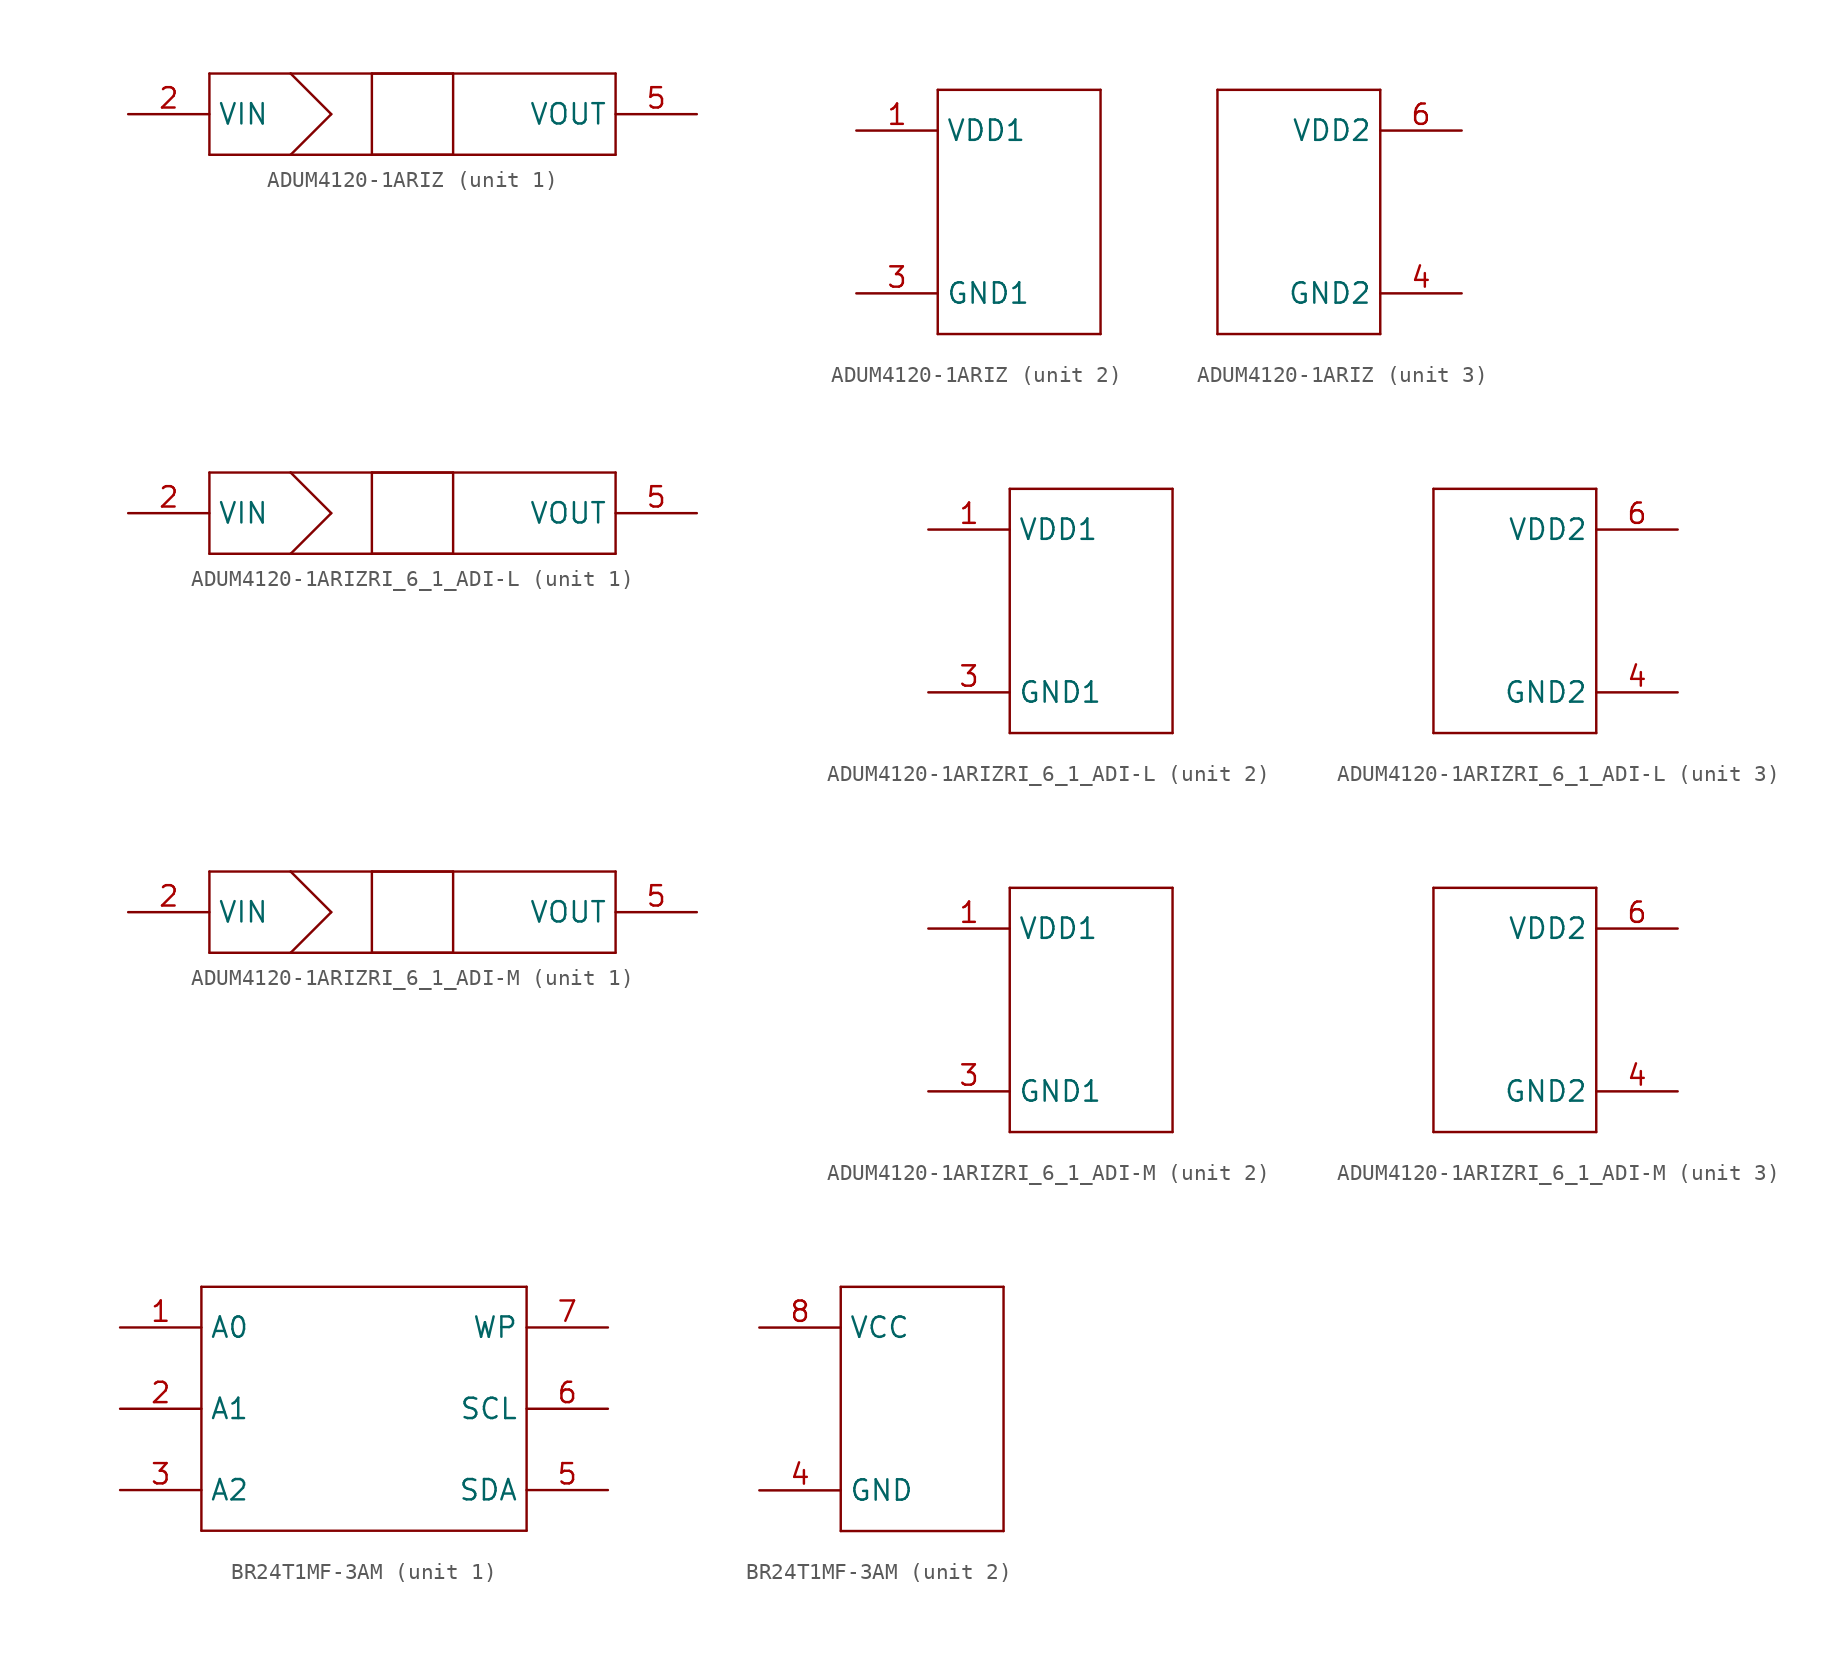
<source format=kicad_sym>
(kicad_symbol_lib
  (version 20220914)
  (generator kicad_symbol_editor)
  (symbol "ADUM4120-1ARIZ"
    (property "Reference" "U"
      (at -4.724 9.119 0)
      (effects (font (size 2.083 1.77)) (justify left bottom) hide))
    (property "ki_locked" ""
      (at 0 0 0)
      (effects (font (size 1.27 1.27))))
    (symbol "ADUM4120-1ARIZ_1_0"
      (polyline (pts (xy -12.7 -2.54) (xy -12.7 2.54)) (stroke (width 0.152) (type solid)) (fill (type none)))
      (polyline (pts (xy -12.7 2.54) (xy -7.62 2.54)) (stroke (width 0.152) (type solid)) (fill (type none)))
      (polyline (pts (xy -7.62 -2.54) (xy -12.7 -2.54)) (stroke (width 0.152) (type solid)) (fill (type none)))
      (polyline (pts (xy -7.62 2.54) (xy -5.08 0)) (stroke (width 0.152) (type solid)) (fill (type none)))
      (polyline (pts (xy -7.62 2.54) (xy 12.7 2.54)) (stroke (width 0.152) (type solid)) (fill (type none)))
      (polyline (pts (xy -5.08 0) (xy -7.62 -2.54)) (stroke (width 0.152) (type solid)) (fill (type none)))
      (polyline (pts (xy -2.54 -2.54) (xy -2.54 2.54)) (stroke (width 0.152) (type solid)) (fill (type none)))
      (polyline (pts (xy 2.54 -2.54) (xy -2.54 -2.54)) (stroke (width 0.152) (type solid)) (fill (type none)))
      (polyline (pts (xy 2.54 2.54) (xy -2.54 2.54)) (stroke (width 0.152) (type solid)) (fill (type none)))
      (polyline (pts (xy 2.54 2.54) (xy 2.54 -2.54)) (stroke (width 0.152) (type solid)) (fill (type none)))
      (polyline (pts (xy 12.7 -2.54) (xy -7.62 -2.54)) (stroke (width 0.152) (type solid)) (fill (type none)))
      (polyline (pts (xy 12.7 2.54) (xy 12.7 -2.54)) (stroke (width 0.152) (type solid)) (fill (type none)))
      (pin input line (at -17.78 0 0) (length 5.08) (name "VIN" (effects (font (size 1.27 1.27)))) (number "2" (effects (font (size 1.27 1.27)))))
      (pin output line (at 17.78 0 180) (length 5.08) (name "VOUT" (effects (font (size 1.27 1.27)))) (number "5" (effects (font (size 1.27 1.27))))))
    (symbol "ADUM4120-1ARIZ_2_0"
      (polyline (pts (xy -5.08 -7.62) (xy 5.08 -7.62)) (stroke (width 0.152) (type solid)) (fill (type none)))
      (polyline (pts (xy -5.08 7.62) (xy -5.08 -7.62)) (stroke (width 0.152) (type solid)) (fill (type none)))
      (polyline (pts (xy 5.08 -7.62) (xy 5.08 7.62)) (stroke (width 0.152) (type solid)) (fill (type none)))
      (polyline (pts (xy 5.08 7.62) (xy -5.08 7.62)) (stroke (width 0.152) (type solid)) (fill (type none)))
      (pin passive line (at -10.16 5.08 0) (length 5.08) (name "VDD1" (effects (font (size 1.27 1.27)))) (number "1" (effects (font (size 1.27 1.27)))))
      (pin passive line (at -10.16 -5.08 0) (length 5.08) (name "GND1" (effects (font (size 1.27 1.27)))) (number "3" (effects (font (size 1.27 1.27))))))
    (symbol "ADUM4120-1ARIZ_3_0"
      (polyline (pts (xy -5.08 -7.62) (xy -5.08 7.62)) (stroke (width 0.152) (type solid)) (fill (type none)))
      (polyline (pts (xy -5.08 7.62) (xy 5.08 7.62)) (stroke (width 0.152) (type solid)) (fill (type none)))
      (polyline (pts (xy 5.08 -7.62) (xy -5.08 -7.62)) (stroke (width 0.152) (type solid)) (fill (type none)))
      (polyline (pts (xy 5.08 7.62) (xy 5.08 -7.62)) (stroke (width 0.152) (type solid)) (fill (type none)))
      (pin passive line (at 10.16 -5.08 180) (length 5.08) (name "GND2" (effects (font (size 1.27 1.27)))) (number "4" (effects (font (size 1.27 1.27)))))
      (pin passive line (at 10.16 5.08 180) (length 5.08) (name "VDD2" (effects (font (size 1.27 1.27)))) (number "6" (effects (font (size 1.27 1.27)))))))
  (symbol "ADUM4120-1ARIZRI_6_1_ADI-L"
    (property "Reference" "U"
      (at -4.724 9.119 0)
      (effects (font (size 2.083 1.77)) (justify left bottom) hide))
    (property "ki_locked" ""
      (at 0 0 0)
      (effects (font (size 1.27 1.27))))
    (symbol "ADUM4120-1ARIZRI_6_1_ADI-L_1_0"
      (polyline (pts (xy -12.7 -2.54) (xy -12.7 2.54)) (stroke (width 0.152) (type solid)) (fill (type none)))
      (polyline (pts (xy -12.7 2.54) (xy -7.62 2.54)) (stroke (width 0.152) (type solid)) (fill (type none)))
      (polyline (pts (xy -7.62 -2.54) (xy -12.7 -2.54)) (stroke (width 0.152) (type solid)) (fill (type none)))
      (polyline (pts (xy -7.62 2.54) (xy -5.08 0)) (stroke (width 0.152) (type solid)) (fill (type none)))
      (polyline (pts (xy -7.62 2.54) (xy 12.7 2.54)) (stroke (width 0.152) (type solid)) (fill (type none)))
      (polyline (pts (xy -5.08 0) (xy -7.62 -2.54)) (stroke (width 0.152) (type solid)) (fill (type none)))
      (polyline (pts (xy -2.54 -2.54) (xy -2.54 2.54)) (stroke (width 0.152) (type solid)) (fill (type none)))
      (polyline (pts (xy 2.54 -2.54) (xy -2.54 -2.54)) (stroke (width 0.152) (type solid)) (fill (type none)))
      (polyline (pts (xy 2.54 2.54) (xy -2.54 2.54)) (stroke (width 0.152) (type solid)) (fill (type none)))
      (polyline (pts (xy 2.54 2.54) (xy 2.54 -2.54)) (stroke (width 0.152) (type solid)) (fill (type none)))
      (polyline (pts (xy 12.7 -2.54) (xy -7.62 -2.54)) (stroke (width 0.152) (type solid)) (fill (type none)))
      (polyline (pts (xy 12.7 2.54) (xy 12.7 -2.54)) (stroke (width 0.152) (type solid)) (fill (type none)))
      (pin input line (at -17.78 0 0) (length 5.08) (name "VIN" (effects (font (size 1.27 1.27)))) (number "2" (effects (font (size 1.27 1.27)))))
      (pin output line (at 17.78 0 180) (length 5.08) (name "VOUT" (effects (font (size 1.27 1.27)))) (number "5" (effects (font (size 1.27 1.27))))))
    (symbol "ADUM4120-1ARIZRI_6_1_ADI-L_2_0"
      (polyline (pts (xy -5.08 -7.62) (xy 5.08 -7.62)) (stroke (width 0.152) (type solid)) (fill (type none)))
      (polyline (pts (xy -5.08 7.62) (xy -5.08 -7.62)) (stroke (width 0.152) (type solid)) (fill (type none)))
      (polyline (pts (xy 5.08 -7.62) (xy 5.08 7.62)) (stroke (width 0.152) (type solid)) (fill (type none)))
      (polyline (pts (xy 5.08 7.62) (xy -5.08 7.62)) (stroke (width 0.152) (type solid)) (fill (type none)))
      (pin passive line (at -10.16 5.08 0) (length 5.08) (name "VDD1" (effects (font (size 1.27 1.27)))) (number "1" (effects (font (size 1.27 1.27)))))
      (pin passive line (at -10.16 -5.08 0) (length 5.08) (name "GND1" (effects (font (size 1.27 1.27)))) (number "3" (effects (font (size 1.27 1.27))))))
    (symbol "ADUM4120-1ARIZRI_6_1_ADI-L_3_0"
      (polyline (pts (xy -5.08 -7.62) (xy -5.08 7.62)) (stroke (width 0.152) (type solid)) (fill (type none)))
      (polyline (pts (xy -5.08 7.62) (xy 5.08 7.62)) (stroke (width 0.152) (type solid)) (fill (type none)))
      (polyline (pts (xy 5.08 -7.62) (xy -5.08 -7.62)) (stroke (width 0.152) (type solid)) (fill (type none)))
      (polyline (pts (xy 5.08 7.62) (xy 5.08 -7.62)) (stroke (width 0.152) (type solid)) (fill (type none)))
      (pin passive line (at 10.16 -5.08 180) (length 5.08) (name "GND2" (effects (font (size 1.27 1.27)))) (number "4" (effects (font (size 1.27 1.27)))))
      (pin passive line (at 10.16 5.08 180) (length 5.08) (name "VDD2" (effects (font (size 1.27 1.27)))) (number "6" (effects (font (size 1.27 1.27)))))))
  (symbol "ADUM4120-1ARIZRI_6_1_ADI-M"
    (property "Reference" "U"
      (at -4.724 9.119 0)
      (effects (font (size 2.083 1.77)) (justify left bottom) hide))
    (property "ki_locked" ""
      (at 0 0 0)
      (effects (font (size 1.27 1.27))))
    (symbol "ADUM4120-1ARIZRI_6_1_ADI-M_1_0"
      (polyline (pts (xy -12.7 -2.54) (xy -12.7 2.54)) (stroke (width 0.152) (type solid)) (fill (type none)))
      (polyline (pts (xy -12.7 2.54) (xy -7.62 2.54)) (stroke (width 0.152) (type solid)) (fill (type none)))
      (polyline (pts (xy -7.62 -2.54) (xy -12.7 -2.54)) (stroke (width 0.152) (type solid)) (fill (type none)))
      (polyline (pts (xy -7.62 2.54) (xy -5.08 0)) (stroke (width 0.152) (type solid)) (fill (type none)))
      (polyline (pts (xy -7.62 2.54) (xy 12.7 2.54)) (stroke (width 0.152) (type solid)) (fill (type none)))
      (polyline (pts (xy -5.08 0) (xy -7.62 -2.54)) (stroke (width 0.152) (type solid)) (fill (type none)))
      (polyline (pts (xy -2.54 -2.54) (xy -2.54 2.54)) (stroke (width 0.152) (type solid)) (fill (type none)))
      (polyline (pts (xy 2.54 -2.54) (xy -2.54 -2.54)) (stroke (width 0.152) (type solid)) (fill (type none)))
      (polyline (pts (xy 2.54 2.54) (xy -2.54 2.54)) (stroke (width 0.152) (type solid)) (fill (type none)))
      (polyline (pts (xy 2.54 2.54) (xy 2.54 -2.54)) (stroke (width 0.152) (type solid)) (fill (type none)))
      (polyline (pts (xy 12.7 -2.54) (xy -7.62 -2.54)) (stroke (width 0.152) (type solid)) (fill (type none)))
      (polyline (pts (xy 12.7 2.54) (xy 12.7 -2.54)) (stroke (width 0.152) (type solid)) (fill (type none)))
      (pin input line (at -17.78 0 0) (length 5.08) (name "VIN" (effects (font (size 1.27 1.27)))) (number "2" (effects (font (size 1.27 1.27)))))
      (pin output line (at 17.78 0 180) (length 5.08) (name "VOUT" (effects (font (size 1.27 1.27)))) (number "5" (effects (font (size 1.27 1.27))))))
    (symbol "ADUM4120-1ARIZRI_6_1_ADI-M_2_0"
      (polyline (pts (xy -5.08 -7.62) (xy 5.08 -7.62)) (stroke (width 0.152) (type solid)) (fill (type none)))
      (polyline (pts (xy -5.08 7.62) (xy -5.08 -7.62)) (stroke (width 0.152) (type solid)) (fill (type none)))
      (polyline (pts (xy 5.08 -7.62) (xy 5.08 7.62)) (stroke (width 0.152) (type solid)) (fill (type none)))
      (polyline (pts (xy 5.08 7.62) (xy -5.08 7.62)) (stroke (width 0.152) (type solid)) (fill (type none)))
      (pin passive line (at -10.16 5.08 0) (length 5.08) (name "VDD1" (effects (font (size 1.27 1.27)))) (number "1" (effects (font (size 1.27 1.27)))))
      (pin passive line (at -10.16 -5.08 0) (length 5.08) (name "GND1" (effects (font (size 1.27 1.27)))) (number "3" (effects (font (size 1.27 1.27))))))
    (symbol "ADUM4120-1ARIZRI_6_1_ADI-M_3_0"
      (polyline (pts (xy -5.08 -7.62) (xy -5.08 7.62)) (stroke (width 0.152) (type solid)) (fill (type none)))
      (polyline (pts (xy -5.08 7.62) (xy 5.08 7.62)) (stroke (width 0.152) (type solid)) (fill (type none)))
      (polyline (pts (xy 5.08 -7.62) (xy -5.08 -7.62)) (stroke (width 0.152) (type solid)) (fill (type none)))
      (polyline (pts (xy 5.08 7.62) (xy 5.08 -7.62)) (stroke (width 0.152) (type solid)) (fill (type none)))
      (pin passive line (at 10.16 -5.08 180) (length 5.08) (name "GND2" (effects (font (size 1.27 1.27)))) (number "4" (effects (font (size 1.27 1.27)))))
      (pin passive line (at 10.16 5.08 180) (length 5.08) (name "VDD2" (effects (font (size 1.27 1.27)))) (number "6" (effects (font (size 1.27 1.27)))))))
  (symbol "BR24T1MF-3AM"
    (property "Reference" ""
      (at -4.724 9.119 0)
      (effects (font (size 2.083 1.77)) (justify left bottom) hide))
    (property "ki_locked" ""
      (at 0 0 0)
      (effects (font (size 1.27 1.27))))
    (symbol "BR24T1MF-3AM_1_0"
      (polyline (pts (xy -10.16 -7.62) (xy -10.16 7.62)) (stroke (width 0.152) (type solid)) (fill (type none)))
      (polyline (pts (xy -10.16 7.62) (xy 10.16 7.62)) (stroke (width 0.152) (type solid)) (fill (type none)))
      (polyline (pts (xy 10.16 -7.62) (xy -10.16 -7.62)) (stroke (width 0.152) (type solid)) (fill (type none)))
      (polyline (pts (xy 10.16 7.62) (xy 10.16 -7.62)) (stroke (width 0.152) (type solid)) (fill (type none)))
      (pin input line (at -15.24 5.08 0) (length 5.08) (name "A0" (effects (font (size 1.27 1.27)))) (number "1" (effects (font (size 1.27 1.27)))))
      (pin input line (at -15.24 0 0) (length 5.08) (name "A1" (effects (font (size 1.27 1.27)))) (number "2" (effects (font (size 1.27 1.27)))))
      (pin input line (at -15.24 -5.08 0) (length 5.08) (name "A2" (effects (font (size 1.27 1.27)))) (number "3" (effects (font (size 1.27 1.27)))))
      (pin bidirectional line (at 15.24 -5.08 180) (length 5.08) (name "SDA" (effects (font (size 1.27 1.27)))) (number "5" (effects (font (size 1.27 1.27)))))
      (pin input line (at 15.24 0 180) (length 5.08) (name "SCL" (effects (font (size 1.27 1.27)))) (number "6" (effects (font (size 1.27 1.27)))))
      (pin input line (at 15.24 5.08 180) (length 5.08) (name "WP" (effects (font (size 1.27 1.27)))) (number "7" (effects (font (size 1.27 1.27))))))
    (symbol "BR24T1MF-3AM_2_0"
      (polyline (pts (xy -5.08 -7.62) (xy 5.08 -7.62)) (stroke (width 0.152) (type solid)) (fill (type none)))
      (polyline (pts (xy -5.08 7.62) (xy -5.08 -7.62)) (stroke (width 0.152) (type solid)) (fill (type none)))
      (polyline (pts (xy 5.08 -7.62) (xy 5.08 7.62)) (stroke (width 0.152) (type solid)) (fill (type none)))
      (polyline (pts (xy 5.08 7.62) (xy -5.08 7.62)) (stroke (width 0.152) (type solid)) (fill (type none)))
      (pin passive line (at -10.16 -5.08 0) (length 5.08) (name "GND" (effects (font (size 1.27 1.27)))) (number "4" (effects (font (size 1.27 1.27)))))
      (pin passive line (at -10.16 5.08 0) (length 5.08) (name "VCC" (effects (font (size 1.27 1.27)))) (number "8" (effects (font (size 1.27 1.27))))))))
</source>
